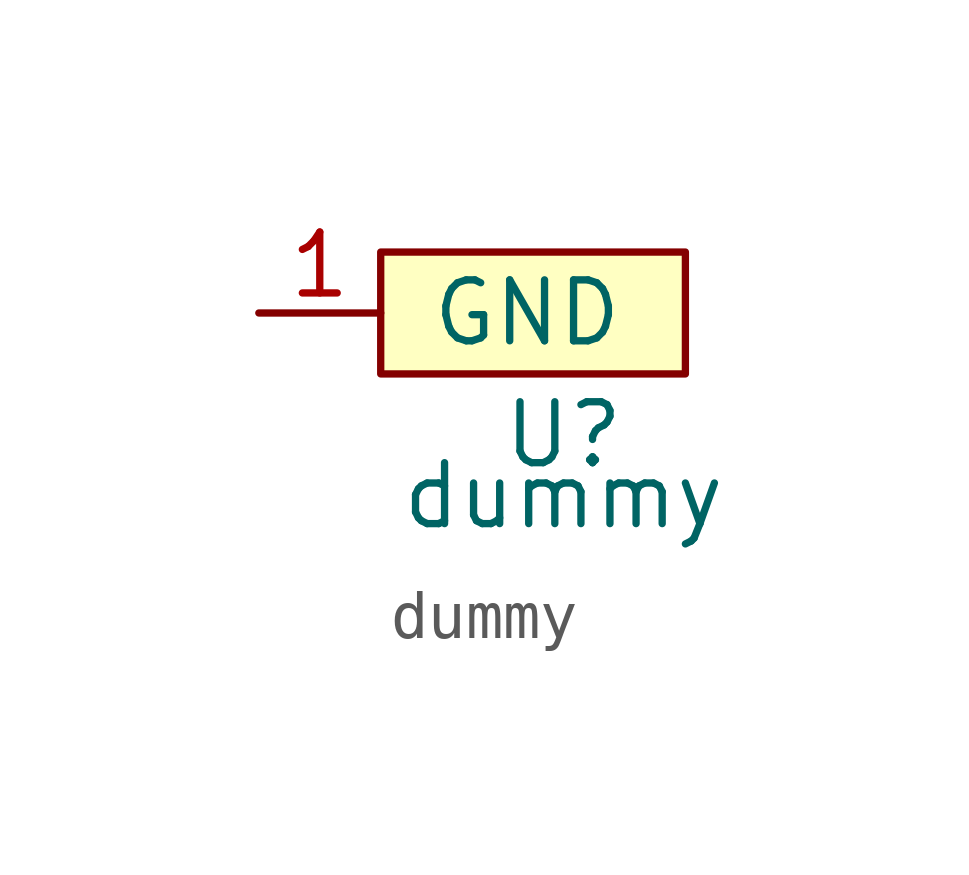
<source format=kicad_sym>
(kicad_symbol_lib
  (version 20211014)
  (generator kicad_symbol_editor)
  (symbol "dummy"
    (pin_names
      (offset 1.016))
    (property "Reference" "U"
      (at 0 -2.54 0)
      (effects (font (size 1.27 1.27))))
    (property "Value" "dummy"
      (at 0 -3.81 0)
      (effects (font (size 1.27 1.27))))
    (symbol "dummy_0_1"
      (rectangle (start -3.81 -1.27) (end 2.54 1.27) (stroke (width 0) (type default) (color 0 0 0 0)) (fill (type background))))
    (symbol "dummy_1_1"
      (pin power_in line (at -6.35 0 0) (length 2.54) (name "GND" (effects (font (size 1.27 1.27)))) (number "1" (effects (font (size 1.27 1.27))))))))
</source>
